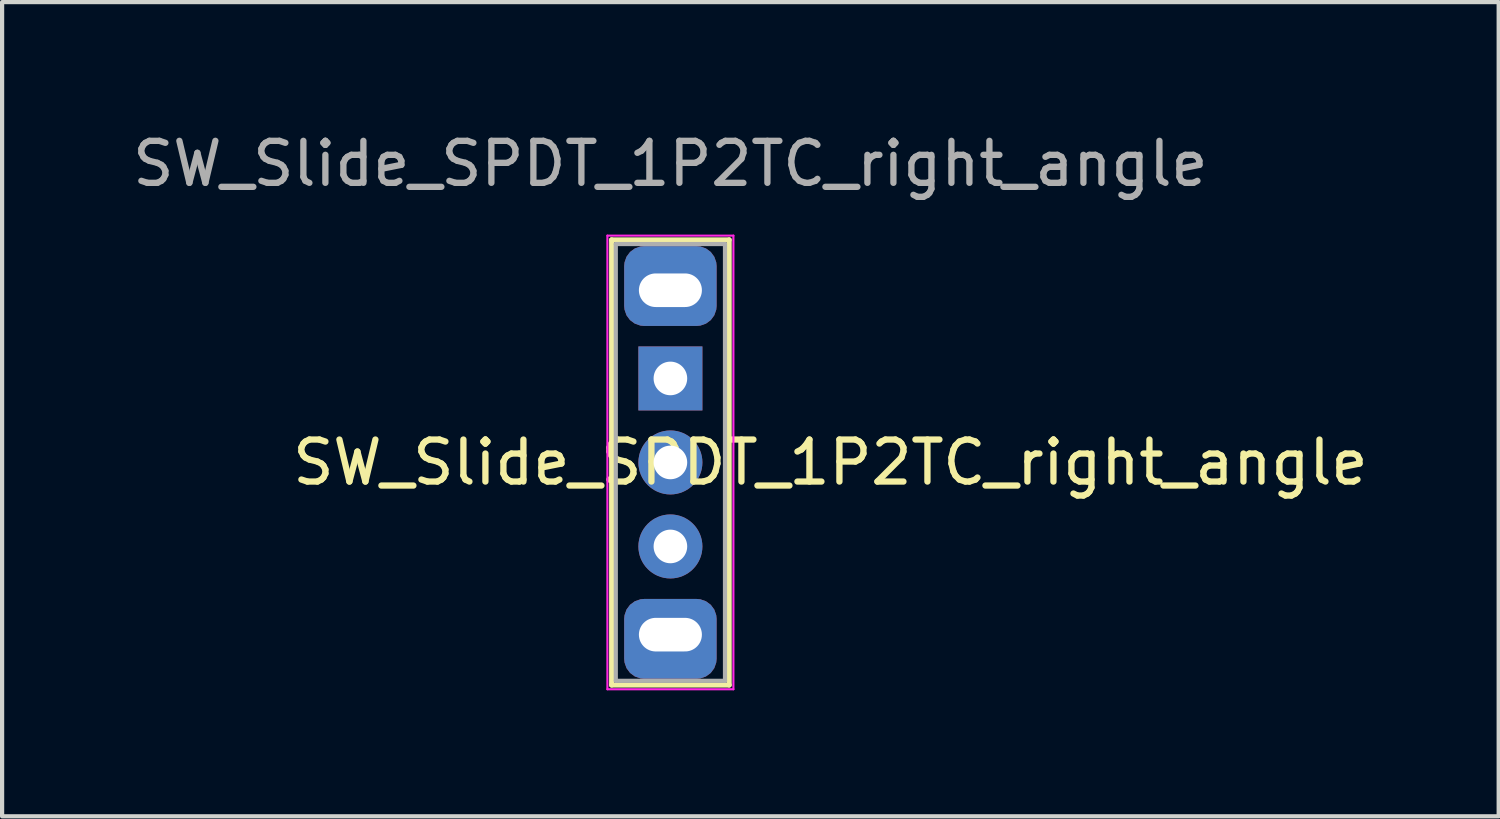
<source format=kicad_pcb>
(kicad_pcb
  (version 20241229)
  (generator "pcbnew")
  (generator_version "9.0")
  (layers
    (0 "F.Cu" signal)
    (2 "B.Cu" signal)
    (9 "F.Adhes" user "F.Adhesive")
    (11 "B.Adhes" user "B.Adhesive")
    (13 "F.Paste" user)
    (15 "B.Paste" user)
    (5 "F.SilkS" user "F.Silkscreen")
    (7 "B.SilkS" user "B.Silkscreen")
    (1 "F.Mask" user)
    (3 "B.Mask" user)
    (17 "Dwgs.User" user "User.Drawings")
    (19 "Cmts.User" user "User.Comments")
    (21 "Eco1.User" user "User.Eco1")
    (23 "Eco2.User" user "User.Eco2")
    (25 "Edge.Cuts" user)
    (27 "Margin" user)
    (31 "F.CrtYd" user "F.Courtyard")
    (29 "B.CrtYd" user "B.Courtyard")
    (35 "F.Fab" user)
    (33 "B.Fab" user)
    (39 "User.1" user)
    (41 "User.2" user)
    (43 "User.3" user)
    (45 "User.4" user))
  (footprint "SW_Slide_SPDT_1P2TC_right_angle"
    (layer "F.Cu")
    (at 12.911 7.96)
    (property "Reference" "SW_Slide_SPDT_1P2TC_right_angle" (at 3.81 0 0) (layer "F.SilkS") (effects (font (size 1 1) (thickness 0.15))))
    (attr through_hole)
    (fp_line (start -1.4 -5.3) (end 1.4 -5.3) (stroke (width 0.12) (type solid)) (layer "F.SilkS"))
    (fp_line (start -1.4 5.3) (end -1.4 -5.3) (stroke (width 0.12) (type solid)) (layer "F.SilkS"))
    (fp_line (start -1.4 5.3) (end 1.4 5.3) (stroke (width 0.12) (type solid)) (layer "F.SilkS"))
    (fp_line (start 1.4 -5.3) (end 1.4 5.3) (stroke (width 0.12) (type solid)) (layer "F.SilkS"))
    (fp_line (start -1.5 5.4) (end -1.5 -5.4) (stroke (width 0.05) (type solid)) (layer "F.CrtYd"))
    (fp_line (start -1.5 5.4) (end 1.5 5.4) (stroke (width 0.05) (type solid)) (layer "F.CrtYd"))
    (fp_line (start 1.5 -5.4) (end -1.5 -5.4) (stroke (width 0.05) (type solid)) (layer "F.CrtYd"))
    (fp_line (start 1.5 -5.4) (end 1.5 5.4) (stroke (width 0.05) (type solid)) (layer "F.CrtYd"))
    (fp_line (start -1.3 -5.2) (end 1.3 -5.2) (stroke (width 0.1) (type solid)) (layer "F.Fab"))
    (fp_line (start -1.3 5.2) (end -1.3 -5.2) (stroke (width 0.1) (type solid)) (layer "F.Fab"))
    (fp_line (start -1.3 5.2) (end 1.3 5.2) (stroke (width 0.1) (type solid)) (layer "F.Fab"))
    (fp_line (start 1.3 5.2) (end 1.3 -5.2) (stroke (width 0.1) (type solid)) (layer "F.Fab"))
    (fp_text user "${REFERENCE}" (at 0 -7.112 0) (layer "F.Fab") (effects (font (size 1 1) (thickness 0.15))))
    (pad "" thru_hole roundrect (at 0 -4.1) (size 2.2 1.9) (drill oval 1.5 0.8 (offset 0 -0.1)) (layers "*.Cu" "*.Mask") (roundrect_rratio 0.25))
    (pad "" thru_hole roundrect (at 0 4.1) (size 2.2 1.9) (drill oval 1.5 0.8 (offset 0 0.1)) (layers "*.Cu" "*.Mask") (roundrect_rratio 0.25))
    (pad "1" thru_hole rect (at 0 -2) (size 1.524 1.524) (drill 0.8) (layers "*.Cu" "*.Mask"))
    (pad "2" thru_hole circle (at 0 0) (size 1.524 1.524) (drill 0.8) (layers "*.Cu" "*.Mask"))
    (pad "3" thru_hole circle (at 0 2) (size 1.524 1.524) (drill 0.8) (layers "*.Cu" "*.Mask")))
  (gr_rect
    (start -3 -3)
    (end 32.631 16.385)
    (stroke (width 0.1) (type default))
    (fill no)
    (layer "Edge.Cuts")))
</source>
